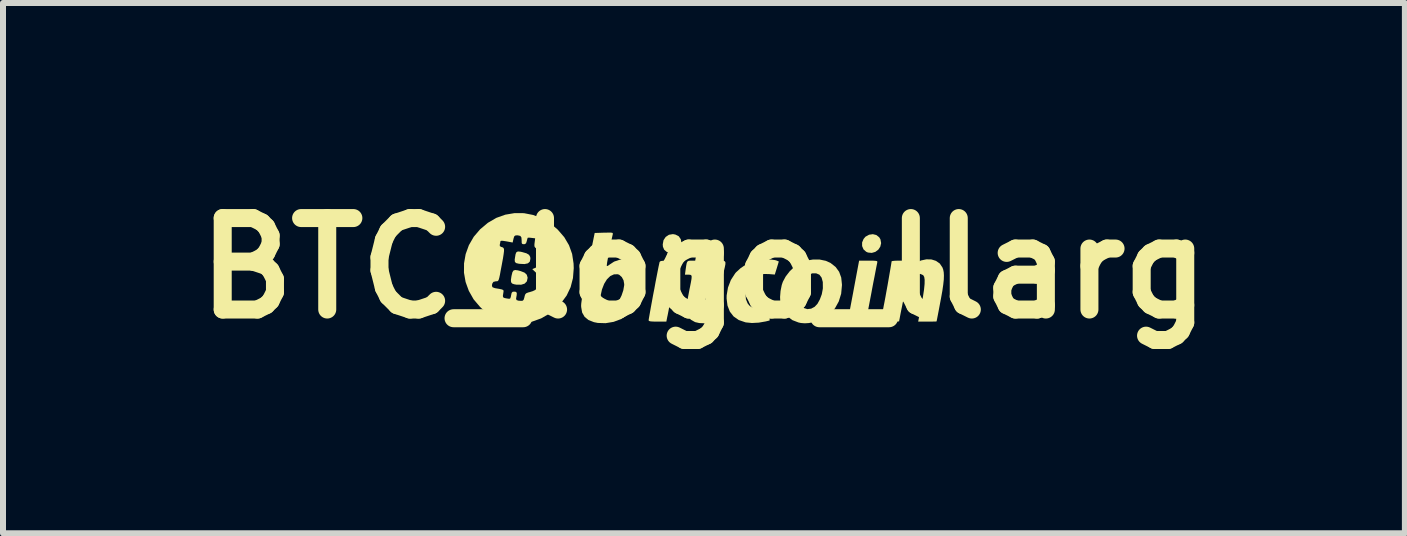
<source format=kicad_pcb>
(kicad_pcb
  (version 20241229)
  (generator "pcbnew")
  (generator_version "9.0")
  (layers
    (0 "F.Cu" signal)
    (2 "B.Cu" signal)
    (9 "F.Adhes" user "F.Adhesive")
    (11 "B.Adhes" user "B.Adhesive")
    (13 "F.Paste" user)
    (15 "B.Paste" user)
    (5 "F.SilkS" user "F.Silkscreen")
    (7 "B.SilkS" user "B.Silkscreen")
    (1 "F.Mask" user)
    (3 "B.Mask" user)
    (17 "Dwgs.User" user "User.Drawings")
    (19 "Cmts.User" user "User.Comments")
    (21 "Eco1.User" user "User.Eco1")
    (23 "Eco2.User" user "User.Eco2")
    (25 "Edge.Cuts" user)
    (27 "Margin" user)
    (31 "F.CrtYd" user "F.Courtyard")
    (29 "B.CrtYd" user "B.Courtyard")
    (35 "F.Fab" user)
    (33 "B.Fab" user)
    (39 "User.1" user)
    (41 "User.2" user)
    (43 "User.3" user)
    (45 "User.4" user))
  (footprint "BTC_logo_llarg"
    (layer "F.Cu")
    (at 8.68 1.418)
    (property "Reference" "BTC_logo_llarg" (at 0 0 0) (layer "F.SilkS") (effects (font (size 1.524 1.524) (thickness 0.3))))
    (attr board_only exclude_from_pos_files exclude_from_bom)
    (fp_poly (pts (xy 2.872 -0.552) (xy 2.919 -0.515) (xy 2.94 -0.481) (xy 2.952 -0.417) (xy 2.938 -0.358) (xy 2.904 -0.307) (xy 2.855 -0.271) (xy 2.796 -0.254) (xy 2.733 -0.26) (xy 2.703 -0.273) (xy 2.658 -0.313) (xy 2.635 -0.368) (xy 2.635 -0.428) (xy 2.659 -0.486) (xy 2.691 -0.524) (xy 2.751 -0.557) (xy 2.814 -0.566)) (stroke (width 0) (type solid)) (fill yes) (layer "F.SilkS"))
    (fp_poly (pts (xy -3.057 -0.274) (xy -3.026 -0.267) (xy -2.957 -0.247) (xy -2.915 -0.222) (xy -2.895 -0.186) (xy -2.892 -0.156) (xy -2.902 -0.109) (xy -2.934 -0.08) (xy -2.99 -0.068) (xy -3.071 -0.072) (xy -3.087 -0.074) (xy -3.129 -0.084) (xy -3.15 -0.103) (xy -3.154 -0.14) (xy -3.149 -0.175) (xy -3.139 -0.234) (xy -3.125 -0.266) (xy -3.1 -0.278)) (stroke (width 0) (type solid)) (fill yes) (layer "F.SilkS"))
    (fp_poly (pts (xy -0.477 -0.56) (xy -0.42 -0.531) (xy -0.386 -0.481) (xy -0.375 -0.415) (xy -0.381 -0.363) (xy -0.404 -0.324) (xy -0.42 -0.306) (xy -0.471 -0.273) (xy -0.532 -0.256) (xy -0.589 -0.257) (xy -0.617 -0.268) (xy -0.663 -0.307) (xy -0.684 -0.357) (xy -0.687 -0.396) (xy -0.674 -0.466) (xy -0.638 -0.52) (xy -0.584 -0.556) (xy -0.518 -0.567)) (stroke (width 0) (type solid)) (fill yes) (layer "F.SilkS"))
    (fp_poly (pts (xy -3.1 0.037) (xy -3.056 0.049) (xy -2.991 0.074) (xy -2.953 0.109) (xy -2.939 0.156) (xy -2.939 0.164) (xy -2.951 0.22) (xy -2.988 0.258) (xy -3.046 0.276) (xy -3.126 0.275) (xy -3.165 0.268) (xy -3.197 0.256) (xy -3.214 0.234) (xy -3.217 0.196) (xy -3.208 0.135) (xy -3.204 0.117) (xy -3.192 0.068) (xy -3.174 0.04) (xy -3.146 0.031)) (stroke (width 0) (type solid)) (fill yes) (layer "F.SilkS"))
    (fp_poly (pts (xy 2.811 -0.125) (xy 2.856 -0.122) (xy 2.88 -0.118) (xy 2.889 -0.109) (xy 2.888 -0.098) (xy 2.884 -0.076) (xy 2.874 -0.028) (xy 2.86 0.044) (xy 2.843 0.134) (xy 2.822 0.239) (xy 2.8 0.355) (xy 2.79 0.41) (xy 2.698 0.891) (xy 2.544 0.891) (xy 2.473 0.89) (xy 2.429 0.888) (xy 2.405 0.884) (xy 2.396 0.875) (xy 2.397 0.864) (xy 2.402 0.842) (xy 2.412 0.793) (xy 2.426 0.722) (xy 2.443 0.632) (xy 2.463 0.527) (xy 2.485 0.411) (xy 2.495 0.356) (xy 2.585 -0.125) (xy 2.74 -0.125)) (stroke (width 0) (type solid)) (fill yes) (layer "F.SilkS"))
    (fp_poly (pts (xy -0.507 -0.123) (xy -0.458 -0.118) (xy -0.438 -0.109) (xy -0.438 -0.107) (xy -0.44 -0.088) (xy -0.448 -0.044) (xy -0.461 0.023) (xy -0.476 0.106) (xy -0.494 0.202) (xy -0.514 0.306) (xy -0.534 0.414) (xy -0.554 0.52) (xy -0.574 0.621) (xy -0.591 0.711) (xy -0.606 0.787) (xy -0.611 0.809) (xy -0.627 0.891) (xy -0.775 0.891) (xy -0.845 0.89) (xy -0.889 0.887) (xy -0.913 0.881) (xy -0.922 0.872) (xy -0.922 0.866) (xy -0.919 0.845) (xy -0.911 0.799) (xy -0.899 0.731) (xy -0.884 0.646) (xy -0.866 0.549) (xy -0.847 0.445) (xy -0.826 0.338) (xy -0.807 0.233) (xy -0.788 0.135) (xy -0.771 0.048) (xy -0.757 -0.023) (xy -0.746 -0.073) (xy -0.741 -0.098) (xy -0.741 -0.098) (xy -0.733 -0.111) (xy -0.715 -0.119) (xy -0.68 -0.123) (xy -0.623 -0.125) (xy -0.585 -0.125)) (stroke (width 0) (type solid)) (fill yes) (layer "F.SilkS"))
    (fp_poly (pts (xy 1.125 -0.142) (xy 1.184 -0.134) (xy 1.206 -0.128) (xy 1.247 -0.111) (xy 1.214 -0.002) (xy 1.18 0.107) (xy 1.085 0.099) (xy 1.008 0.097) (xy 0.943 0.106) (xy 0.931 0.109) (xy 0.854 0.148) (xy 0.79 0.206) (xy 0.741 0.278) (xy 0.708 0.357) (xy 0.693 0.439) (xy 0.699 0.518) (xy 0.728 0.588) (xy 0.759 0.626) (xy 0.79 0.648) (xy 0.83 0.66) (xy 0.887 0.663) (xy 0.95 0.661) (xy 1.009 0.655) (xy 1.036 0.651) (xy 1.094 0.637) (xy 1.094 0.872) (xy 1.028 0.888) (xy 0.913 0.908) (xy 0.799 0.914) (xy 0.697 0.904) (xy 0.686 0.901) (xy 0.578 0.864) (xy 0.493 0.804) (xy 0.431 0.724) (xy 0.392 0.624) (xy 0.377 0.506) (xy 0.378 0.454) (xy 0.4 0.323) (xy 0.448 0.198) (xy 0.519 0.088) (xy 0.533 0.071) (xy 0.607 0.003) (xy 0.698 -0.06) (xy 0.795 -0.107) (xy 0.833 -0.12) (xy 0.894 -0.133) (xy 0.97 -0.141) (xy 1.05 -0.144)) (stroke (width 0) (type solid)) (fill yes) (layer "F.SilkS"))
    (fp_poly (pts (xy 1.929 -0.143) (xy 2.03 -0.122) (xy 2.108 -0.087) (xy 2.194 -0.019) (xy 2.252 0.061) (xy 2.287 0.157) (xy 2.299 0.273) (xy 2.299 0.285) (xy 2.286 0.426) (xy 2.246 0.555) (xy 2.183 0.669) (xy 2.098 0.764) (xy 1.995 0.839) (xy 1.875 0.889) (xy 1.832 0.899) (xy 1.747 0.915) (xy 1.679 0.919) (xy 1.615 0.914) (xy 1.574 0.905) (xy 1.473 0.866) (xy 1.387 0.801) (xy 1.32 0.714) (xy 1.29 0.651) (xy 1.272 0.575) (xy 1.268 0.481) (xy 1.268 0.479) (xy 1.579 0.479) (xy 1.59 0.56) (xy 1.62 0.623) (xy 1.666 0.665) (xy 1.723 0.683) (xy 1.786 0.675) (xy 1.844 0.644) (xy 1.891 0.594) (xy 1.931 0.521) (xy 1.963 0.435) (xy 1.98 0.345) (xy 1.981 0.33) (xy 1.98 0.232) (xy 1.96 0.158) (xy 1.923 0.109) (xy 1.869 0.086) (xy 1.803 0.087) (xy 1.742 0.114) (xy 1.686 0.166) (xy 1.638 0.238) (xy 1.603 0.324) (xy 1.582 0.419) (xy 1.579 0.479) (xy 1.268 0.479) (xy 1.276 0.38) (xy 1.296 0.281) (xy 1.314 0.228) (xy 1.361 0.14) (xy 1.428 0.053) (xy 1.508 -0.024) (xy 1.59 -0.081) (xy 1.601 -0.086) (xy 1.706 -0.125) (xy 1.818 -0.144)) (stroke (width 0) (type solid)) (fill yes) (layer "F.SilkS"))
    (fp_poly (pts (xy 0.196 -0.403) (xy 0.197 -0.385) (xy 0.192 -0.345) (xy 0.182 -0.291) (xy 0.18 -0.283) (xy 0.165 -0.212) (xy 0.159 -0.166) (xy 0.163 -0.14) (xy 0.181 -0.128) (xy 0.216 -0.125) (xy 0.258 -0.125) (xy 0.31 -0.124) (xy 0.342 -0.118) (xy 0.357 -0.1) (xy 0.357 -0.066) (xy 0.346 -0.01) (xy 0.338 0.023) (xy 0.32 0.102) (xy 0.212 0.109) (xy 0.103 0.117) (xy 0.068 0.289) (xy 0.044 0.416) (xy 0.031 0.514) (xy 0.029 0.585) (xy 0.037 0.628) (xy 0.047 0.642) (xy 0.078 0.651) (xy 0.122 0.656) (xy 0.129 0.656) (xy 0.189 0.656) (xy 0.178 0.739) (xy 0.167 0.811) (xy 0.156 0.859) (xy 0.142 0.887) (xy 0.122 0.902) (xy 0.1 0.909) (xy 0.012 0.919) (xy -0.078 0.915) (xy -0.148 0.899) (xy -0.218 0.86) (xy -0.267 0.801) (xy -0.288 0.742) (xy -0.291 0.687) (xy -0.284 0.603) (xy -0.267 0.489) (xy -0.24 0.347) (xy -0.235 0.323) (xy -0.218 0.238) (xy -0.208 0.18) (xy -0.205 0.142) (xy -0.21 0.121) (xy -0.224 0.112) (xy -0.247 0.109) (xy -0.26 0.109) (xy -0.317 0.109) (xy -0.306 0.027) (xy -0.296 -0.042) (xy -0.287 -0.087) (xy -0.275 -0.111) (xy -0.256 -0.122) (xy -0.227 -0.125) (xy -0.212 -0.125) (xy -0.146 -0.125) (xy -0.107 -0.342) (xy 0.041 -0.376) (xy 0.105 -0.39) (xy 0.156 -0.4) (xy 0.189 -0.404)) (stroke (width 0) (type solid)) (fill yes) (layer "F.SilkS"))
    (fp_poly (pts (xy 3.791 -0.145) (xy 3.866 -0.121) (xy 3.929 -0.077) (xy 3.973 -0.012) (xy 3.986 0.023) (xy 3.995 0.069) (xy 3.998 0.123) (xy 3.996 0.19) (xy 3.987 0.274) (xy 3.972 0.378) (xy 3.949 0.506) (xy 3.931 0.602) (xy 3.914 0.692) (xy 3.899 0.77) (xy 3.887 0.832) (xy 3.879 0.872) (xy 3.876 0.887) (xy 3.862 0.889) (xy 3.823 0.89) (xy 3.766 0.891) (xy 3.723 0.891) (xy 3.569 0.891) (xy 3.622 0.621) (xy 3.649 0.475) (xy 3.667 0.356) (xy 3.676 0.263) (xy 3.677 0.194) (xy 3.67 0.147) (xy 3.654 0.119) (xy 3.651 0.116) (xy 3.605 0.096) (xy 3.554 0.102) (xy 3.498 0.133) (xy 3.459 0.166) (xy 3.424 0.212) (xy 3.394 0.273) (xy 3.365 0.354) (xy 3.338 0.458) (xy 3.309 0.589) (xy 3.305 0.612) (xy 3.287 0.7) (xy 3.272 0.776) (xy 3.261 0.836) (xy 3.253 0.874) (xy 3.251 0.887) (xy 3.237 0.888) (xy 3.198 0.89) (xy 3.141 0.891) (xy 3.103 0.891) (xy 3.033 0.89) (xy 2.989 0.888) (xy 2.965 0.882) (xy 2.956 0.873) (xy 2.954 0.864) (xy 2.957 0.839) (xy 2.965 0.79) (xy 2.977 0.723) (xy 2.992 0.646) (xy 2.994 0.633) (xy 3.008 0.563) (xy 3.024 0.478) (xy 3.041 0.383) (xy 3.059 0.285) (xy 3.076 0.187) (xy 3.092 0.094) (xy 3.106 0.013) (xy 3.117 -0.052) (xy 3.124 -0.096) (xy 3.126 -0.113) (xy 3.141 -0.119) (xy 3.179 -0.123) (xy 3.235 -0.125) (xy 3.264 -0.125) (xy 3.402 -0.125) (xy 3.392 -0.048) (xy 3.382 0.03) (xy 3.441 -0.023) (xy 3.527 -0.087) (xy 3.617 -0.128) (xy 3.706 -0.147)) (stroke (width 0) (type solid)) (fill yes) (layer "F.SilkS"))
    (fp_poly (pts (xy -1.552 -0.592) (xy -1.528 -0.589) (xy -1.519 -0.581) (xy -1.519 -0.567) (xy -1.521 -0.559) (xy -1.538 -0.483) (xy -1.556 -0.399) (xy -1.574 -0.312) (xy -1.59 -0.228) (xy -1.603 -0.153) (xy -1.614 -0.093) (xy -1.619 -0.051) (xy -1.619 -0.035) (xy -1.603 -0.038) (xy -1.575 -0.057) (xy -1.575 -0.058) (xy -1.497 -0.109) (xy -1.405 -0.14) (xy -1.307 -0.148) (xy -1.239 -0.138) (xy -1.163 -0.104) (xy -1.097 -0.048) (xy -1.049 0.022) (xy -1.035 0.057) (xy -1.022 0.126) (xy -1.017 0.213) (xy -1.02 0.303) (xy -1.031 0.384) (xy -1.033 0.389) (xy -1.071 0.502) (xy -1.131 0.613) (xy -1.208 0.712) (xy -1.295 0.794) (xy -1.378 0.847) (xy -1.506 0.895) (xy -1.639 0.917) (xy -1.769 0.913) (xy -1.834 0.9) (xy -1.925 0.864) (xy -1.989 0.811) (xy -2.03 0.74) (xy -2.046 0.648) (xy -2.047 0.618) (xy -2.044 0.58) (xy -2.043 0.575) (xy -1.734 0.575) (xy -1.732 0.611) (xy -1.722 0.636) (xy -1.704 0.656) (xy -1.672 0.68) (xy -1.635 0.686) (xy -1.608 0.683) (xy -1.556 0.671) (xy -1.511 0.652) (xy -1.507 0.649) (xy -1.459 0.604) (xy -1.413 0.536) (xy -1.373 0.455) (xy -1.344 0.369) (xy -1.33 0.288) (xy -1.329 0.267) (xy -1.34 0.203) (xy -1.369 0.149) (xy -1.41 0.112) (xy -1.434 0.102) (xy -1.499 0.103) (xy -1.561 0.132) (xy -1.616 0.185) (xy -1.663 0.261) (xy -1.7 0.356) (xy -1.724 0.467) (xy -1.73 0.518) (xy -1.734 0.575) (xy -2.043 0.575) (xy -2.035 0.516) (xy -2.021 0.43) (xy -2.002 0.325) (xy -1.98 0.207) (xy -1.955 0.078) (xy -1.934 -0.031) (xy -1.821 -0.586) (xy -1.667 -0.591) (xy -1.596 -0.592)) (stroke (width 0) (type solid)) (fill yes) (layer "F.SilkS"))
    (fp_poly (pts (xy -3 -0.916) (xy -2.846 -0.886) (xy -2.697 -0.829) (xy -2.556 -0.744) (xy -2.437 -0.642) (xy -2.328 -0.516) (xy -2.249 -0.382) (xy -2.197 -0.237) (xy -2.173 -0.078) (xy -2.17 0) (xy -2.183 0.166) (xy -2.222 0.317) (xy -2.288 0.456) (xy -2.383 0.585) (xy -2.437 0.642) (xy -2.569 0.754) (xy -2.713 0.837) (xy -2.866 0.892) (xy -3.027 0.918) (xy -3.192 0.913) (xy -3.28 0.898) (xy -3.431 0.85) (xy -3.575 0.773) (xy -3.705 0.671) (xy -3.73 0.647) (xy -3.838 0.52) (xy -3.918 0.379) (xy -3.948 0.297) (xy -3.533 0.297) (xy -3.522 0.319) (xy -3.487 0.332) (xy -3.474 0.335) (xy -3.408 0.346) (xy -3.367 0.355) (xy -3.345 0.365) (xy -3.339 0.38) (xy -3.342 0.404) (xy -3.345 0.423) (xy -3.351 0.464) (xy -3.346 0.486) (xy -3.323 0.498) (xy -3.281 0.506) (xy -3.244 0.511) (xy -3.227 0.503) (xy -3.218 0.476) (xy -3.214 0.454) (xy -3.205 0.413) (xy -3.19 0.395) (xy -3.166 0.391) (xy -3.133 0.395) (xy -3.119 0.413) (xy -3.121 0.452) (xy -3.125 0.473) (xy -3.131 0.511) (xy -3.122 0.532) (xy -3.092 0.542) (xy -3.046 0.545) (xy -3.019 0.542) (xy -3.004 0.525) (xy -2.992 0.486) (xy -2.992 0.482) (xy -2.981 0.442) (xy -2.964 0.42) (xy -2.931 0.406) (xy -2.904 0.399) (xy -2.855 0.384) (xy -2.816 0.366) (xy -2.806 0.359) (xy -2.766 0.309) (xy -2.741 0.242) (xy -2.735 0.194) (xy -2.74 0.154) (xy -2.758 0.119) (xy -2.796 0.078) (xy -2.798 0.076) (xy -2.861 0.016) (xy -2.807 -0.006) (xy -2.747 -0.046) (xy -2.71 -0.1) (xy -2.696 -0.163) (xy -2.707 -0.227) (xy -2.742 -0.285) (xy -2.783 -0.32) (xy -2.812 -0.342) (xy -2.825 -0.364) (xy -2.825 -0.4) (xy -2.822 -0.424) (xy -2.813 -0.497) (xy -2.872 -0.504) (xy -2.911 -0.508) (xy -2.935 -0.507) (xy -2.936 -0.507) (xy -2.943 -0.49) (xy -2.952 -0.454) (xy -2.953 -0.45) (xy -2.965 -0.414) (xy -2.987 -0.4) (xy -3.002 -0.399) (xy -3.026 -0.402) (xy -3.037 -0.418) (xy -3.038 -0.454) (xy -3.038 -0.461) (xy -3.042 -0.511) (xy -3.06 -0.537) (xy -3.1 -0.546) (xy -3.115 -0.547) (xy -3.143 -0.544) (xy -3.16 -0.532) (xy -3.171 -0.501) (xy -3.179 -0.467) (xy -3.188 -0.427) (xy -3.29 -0.446) (xy -3.348 -0.455) (xy -3.381 -0.456) (xy -3.392 -0.448) (xy -3.392 -0.447) (xy -3.396 -0.419) (xy -3.402 -0.395) (xy -3.402 -0.368) (xy -3.38 -0.354) (xy -3.37 -0.351) (xy -3.351 -0.345) (xy -3.339 -0.334) (xy -3.332 -0.315) (xy -3.332 -0.284) (xy -3.338 -0.235) (xy -3.349 -0.164) (xy -3.367 -0.067) (xy -3.368 -0.061) (xy -3.387 0.038) (xy -3.4 0.111) (xy -3.411 0.161) (xy -3.42 0.192) (xy -3.43 0.21) (xy -3.44 0.217) (xy -3.453 0.219) (xy -3.469 0.219) (xy -3.509 0.229) (xy -3.529 0.261) (xy -3.533 0.297) (xy -3.948 0.297) (xy -3.972 0.23) (xy -3.999 0.076) (xy -3.998 -0.08) (xy -3.971 -0.234) (xy -3.917 -0.383) (xy -3.836 -0.523) (xy -3.73 -0.647) (xy -3.6 -0.756) (xy -3.459 -0.838) (xy -3.31 -0.891) (xy -3.156 -0.917)) (stroke (width 0) (type solid)) (fill yes) (layer "F.SilkS")))
  (gr_rect
    (start -3 -3)
    (end 20.359 5.836)
    (stroke (width 0.1) (type default))
    (fill no)
    (layer "Edge.Cuts")))
</source>
